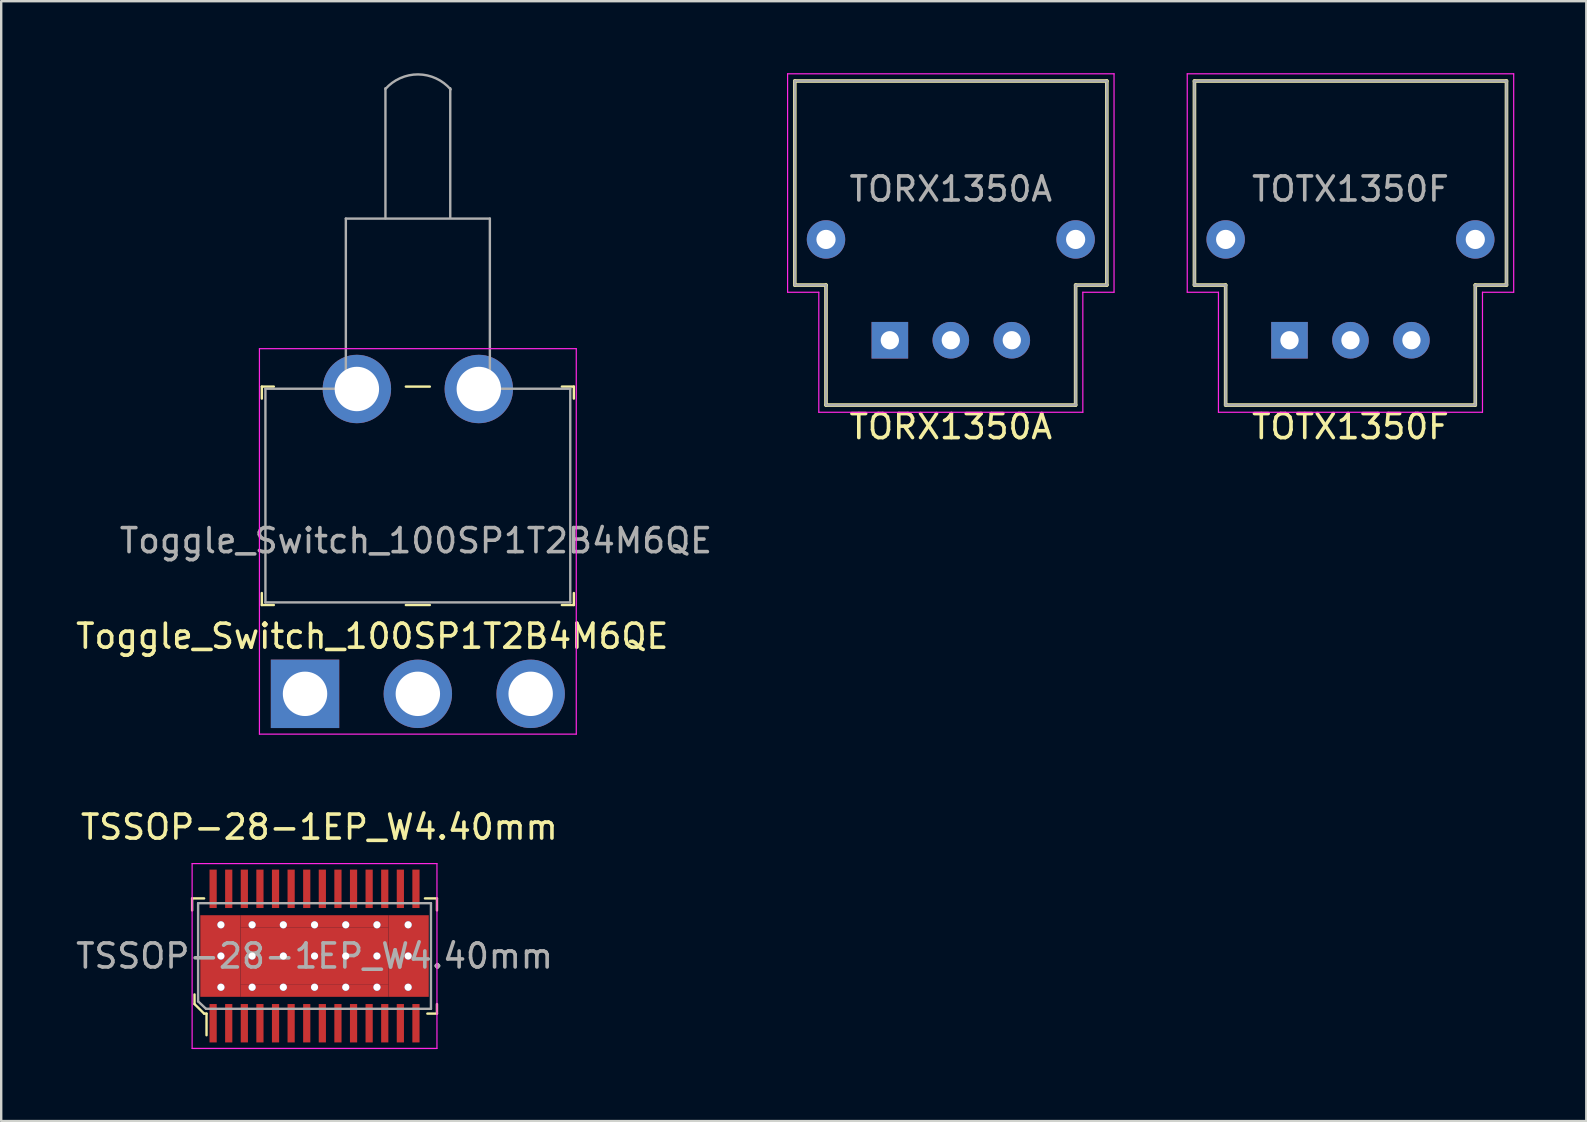
<source format=kicad_pcb>
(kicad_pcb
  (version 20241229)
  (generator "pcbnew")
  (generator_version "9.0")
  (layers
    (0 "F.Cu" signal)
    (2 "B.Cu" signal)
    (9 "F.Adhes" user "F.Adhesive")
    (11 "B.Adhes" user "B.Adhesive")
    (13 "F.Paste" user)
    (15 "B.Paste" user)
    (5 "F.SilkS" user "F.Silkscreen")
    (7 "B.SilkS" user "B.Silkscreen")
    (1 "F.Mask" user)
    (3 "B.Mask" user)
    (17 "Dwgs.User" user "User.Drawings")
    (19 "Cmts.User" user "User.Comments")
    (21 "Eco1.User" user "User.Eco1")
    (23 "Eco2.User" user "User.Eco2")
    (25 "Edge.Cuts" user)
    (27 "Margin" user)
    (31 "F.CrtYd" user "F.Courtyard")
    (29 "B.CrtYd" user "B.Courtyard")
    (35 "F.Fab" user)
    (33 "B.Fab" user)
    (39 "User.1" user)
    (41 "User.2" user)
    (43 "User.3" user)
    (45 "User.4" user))
  (footprint "TSSOP-28-1EP_W4.40mm"
    (layer "F.Cu")
    (at 10.054 36.779)
    (property "Reference" "TSSOP-28-1EP_W4.40mm" (at 0.2 -5.37 0) (layer "F.SilkS") (effects (font (size 1 1) (thickness 0.15))))
    (attr smd)
    (fp_line (start -5.1 -2.4) (end -5.1 -1.9) (stroke (width 0.1) (type solid)) (layer "F.SilkS"))
    (fp_line (start -5 1.6) (end -5 2) (stroke (width 0.1) (type solid)) (layer "F.SilkS"))
    (fp_line (start -5 2) (end -4.6 2.4) (stroke (width 0.1) (type solid)) (layer "F.SilkS"))
    (fp_line (start -4.6 -2.4) (end -5.1 -2.4) (stroke (width 0.1) (type solid)) (layer "F.SilkS"))
    (fp_line (start -4.6 2.4) (end -4.5 2.4) (stroke (width 0.1) (type solid)) (layer "F.SilkS"))
    (fp_line (start -4.5 2.4) (end -4.5 3.3) (stroke (width 0.1) (type solid)) (layer "F.SilkS"))
    (fp_line (start 4.6 -2.4) (end 5.1 -2.4) (stroke (width 0.1) (type solid)) (layer "F.SilkS"))
    (fp_line (start 5.1 -2.4) (end 5.1 -1.9) (stroke (width 0.1) (type solid)) (layer "F.SilkS"))
    (fp_line (start 5.1 2) (end 5.1 2.4) (stroke (width 0.1) (type solid)) (layer "F.SilkS"))
    (fp_line (start 5.1 2.4) (end 4.7 2.4) (stroke (width 0.1) (type solid)) (layer "F.SilkS"))
    (fp_line (start -5.1 -3.85) (end -5.1 3.85) (stroke (width 0.05) (type solid)) (layer "F.CrtYd"))
    (fp_line (start -5.1 -3.85) (end 5.1 -3.85) (stroke (width 0.05) (type solid)) (layer "F.CrtYd"))
    (fp_line (start -5.1 3.85) (end 5.1 3.85) (stroke (width 0.05) (type solid)) (layer "F.CrtYd"))
    (fp_line (start 5.1 -3.85) (end 5.1 3.85) (stroke (width 0.05) (type solid)) (layer "F.CrtYd"))
    (fp_line (start -4.85 -2.2) (end 4.85 -2.2) (stroke (width 0.1) (type solid)) (layer "F.Fab"))
    (fp_line (start -4.85 1.89) (end -4.85 -2.2) (stroke (width 0.1) (type solid)) (layer "F.Fab"))
    (fp_line (start -4.85 1.89) (end -4.52 2.2) (stroke (width 0.1) (type solid)) (layer "F.Fab"))
    (fp_line (start -4.52 2.2) (end 4.85 2.2) (stroke (width 0.1) (type solid)) (layer "F.Fab"))
    (fp_line (start 4.85 -2.2) (end 4.85 2.2) (stroke (width 0.1) (type solid)) (layer "F.Fab"))
    (fp_text user "${REFERENCE}" (at 0 0 0) (layer "F.Fab") (effects (font (size 1 1) (thickness 0.15))))
    (pad "1" smd rect (at -4.225 2.8) (size 0.3 1.6) (layers "F.Cu" "F.Mask" "F.Paste"))
    (pad "2" smd rect (at -3.575 2.8) (size 0.3 1.6) (layers "F.Cu" "F.Mask" "F.Paste"))
    (pad "3" smd rect (at -2.925 2.8) (size 0.3 1.6) (layers "F.Cu" "F.Mask" "F.Paste"))
    (pad "4" smd rect (at -2.275 2.8) (size 0.3 1.6) (layers "F.Cu" "F.Mask" "F.Paste"))
    (pad "5" smd rect (at -1.625 2.8) (size 0.3 1.6) (layers "F.Cu" "F.Mask" "F.Paste"))
    (pad "6" smd rect (at -0.975 2.8) (size 0.3 1.6) (layers "F.Cu" "F.Mask" "F.Paste"))
    (pad "7" smd rect (at -0.325 2.8) (size 0.3 1.6) (layers "F.Cu" "F.Mask" "F.Paste"))
    (pad "8" smd rect (at 0.325 2.8) (size 0.3 1.6) (layers "F.Cu" "F.Mask" "F.Paste"))
    (pad "9" smd rect (at 0.975 2.8) (size 0.3 1.6) (layers "F.Cu" "F.Mask" "F.Paste"))
    (pad "10" smd rect (at 1.625 2.8) (size 0.3 1.6) (layers "F.Cu" "F.Mask" "F.Paste"))
    (pad "11" smd rect (at 2.275 2.8) (size 0.3 1.6) (layers "F.Cu" "F.Mask" "F.Paste"))
    (pad "12" smd rect (at 2.925 2.8) (size 0.3 1.6) (layers "F.Cu" "F.Mask" "F.Paste"))
    (pad "13" smd rect (at 3.575 2.8) (size 0.3 1.6) (layers "F.Cu" "F.Mask" "F.Paste"))
    (pad "14" smd rect (at 4.225 2.8) (size 0.3 1.6) (layers "F.Cu" "F.Mask" "F.Paste"))
    (pad "15" smd rect (at 4.225 -2.8) (size 0.3 1.6) (layers "F.Cu" "F.Mask" "F.Paste"))
    (pad "16" smd rect (at 3.575 -2.8) (size 0.3 1.6) (layers "F.Cu" "F.Mask" "F.Paste"))
    (pad "17" smd rect (at 2.925 -2.8) (size 0.3 1.6) (layers "F.Cu" "F.Mask" "F.Paste"))
    (pad "18" smd rect (at 2.275 -2.8) (size 0.3 1.6) (layers "F.Cu" "F.Mask" "F.Paste"))
    (pad "19" smd rect (at 1.625 -2.8) (size 0.3 1.6) (layers "F.Cu" "F.Mask" "F.Paste"))
    (pad "20" smd rect (at 0.975 -2.8) (size 0.3 1.6) (layers "F.Cu" "F.Mask" "F.Paste"))
    (pad "21" smd rect (at 0.325 -2.8) (size 0.3 1.6) (layers "F.Cu" "F.Mask" "F.Paste"))
    (pad "22" smd rect (at -0.325 -2.8) (size 0.3 1.6) (layers "F.Cu" "F.Mask" "F.Paste"))
    (pad "23" smd rect (at -0.975 -2.8) (size 0.3 1.6) (layers "F.Cu" "F.Mask" "F.Paste"))
    (pad "24" smd rect (at -1.625 -2.8) (size 0.3 1.6) (layers "F.Cu" "F.Mask" "F.Paste"))
    (pad "25" smd rect (at -2.275 -2.8) (size 0.3 1.6) (layers "F.Cu" "F.Mask" "F.Paste"))
    (pad "26" smd rect (at -2.925 -2.8) (size 0.3 1.6) (layers "F.Cu" "F.Mask" "F.Paste"))
    (pad "27" smd rect (at -3.575 -2.8) (size 0.3 1.6) (layers "F.Cu" "F.Mask" "F.Paste"))
    (pad "28" smd rect (at -4.225 -2.8) (size 0.3 1.6) (layers "F.Cu" "F.Mask" "F.Paste"))
    (pad "29" smd rect (at -3.922 0) (size 1.675 3.4) (layers "F.Cu" "F.Mask" "F.Paste"))
    (pad "29" thru_hole circle (at -3.9 -1.3) (size 0.3 0.3) (drill 0.3) (layers "*.Cu" "*.Mask"))
    (pad "29" thru_hole circle (at -3.9 0) (size 0.3 0.3) (drill 0.3) (layers "*.Cu" "*.Mask"))
    (pad "29" thru_hole circle (at -3.9 1.3) (size 0.3 0.3) (drill 0.3) (layers "*.Cu" "*.Mask"))
    (pad "29" thru_hole circle (at -2.6 -1.3) (size 0.3 0.3) (drill 0.3) (layers "*.Cu" "*.Mask"))
    (pad "29" thru_hole circle (at -2.6 0) (size 0.3 0.3) (drill 0.3) (layers "*.Cu" "*.Mask"))
    (pad "29" thru_hole circle (at -2.6 1.3) (size 0.3 0.3) (drill 0.3) (layers "*.Cu" "*.Mask"))
    (pad "29" thru_hole circle (at -1.3 -1.3) (size 0.3 0.3) (drill 0.3) (layers "*.Cu" "*.Mask"))
    (pad "29" thru_hole circle (at -1.3 0) (size 0.3 0.3) (drill 0.3) (layers "*.Cu" "*.Mask"))
    (pad "29" thru_hole circle (at -1.3 1.3) (size 0.3 0.3) (drill 0.3) (layers "*.Cu" "*.Mask"))
    (pad "29" smd rect (at 0 -1.45) (size 6.17 0.5) (layers "F.Cu" "F.Mask" "F.Paste"))
    (pad "29" thru_hole circle (at 0 -1.3) (size 0.3 0.3) (drill 0.3) (layers "*.Cu" "*.Mask"))
    (pad "29" thru_hole circle (at 0 0) (size 0.3 0.3) (drill 0.3) (layers "*.Cu" "*.Mask"))
    (pad "29" smd rect (at 0 0) (size 6.17 2.4) (layers "F.Cu" "F.Mask" "F.Paste"))
    (pad "29" thru_hole circle (at 0 1.3) (size 0.3 0.3) (drill 0.3) (layers "*.Cu" "*.Mask"))
    (pad "29" smd rect (at 0 1.45) (size 6.17 0.5) (layers "F.Cu" "F.Mask" "F.Paste"))
    (pad "29" thru_hole circle (at 1.3 -1.3) (size 0.3 0.3) (drill 0.3) (layers "*.Cu" "*.Mask"))
    (pad "29" thru_hole circle (at 1.3 0) (size 0.3 0.3) (drill 0.3) (layers "*.Cu" "*.Mask"))
    (pad "29" thru_hole circle (at 1.3 1.3) (size 0.3 0.3) (drill 0.3) (layers "*.Cu" "*.Mask"))
    (pad "29" thru_hole circle (at 2.6 -1.3) (size 0.3 0.3) (drill 0.3) (layers "*.Cu" "*.Mask"))
    (pad "29" thru_hole circle (at 2.6 0) (size 0.3 0.3) (drill 0.3) (layers "*.Cu" "*.Mask"))
    (pad "29" thru_hole circle (at 2.6 1.3) (size 0.3 0.3) (drill 0.3) (layers "*.Cu" "*.Mask"))
    (pad "29" thru_hole circle (at 3.9 -1.3) (size 0.3 0.3) (drill 0.3) (layers "*.Cu" "*.Mask"))
    (pad "29" thru_hole circle (at 3.9 0) (size 0.3 0.3) (drill 0.3) (layers "*.Cu" "*.Mask"))
    (pad "29" thru_hole circle (at 3.9 1.3) (size 0.3 0.3) (drill 0.3) (layers "*.Cu" "*.Mask"))
    (pad "29" smd rect (at 3.922 0) (size 1.675 3.4) (layers "F.Cu" "F.Mask" "F.Paste")))
  (footprint "Toggle_Switch_100SP1T2B4M6QE"
    (layer "F.Cu")
    (at 9.658 25.856)
    (property "Reference" "Toggle_Switch_100SP1T2B4M6QE" (at 2.8 -2.4 180) (layer "F.SilkS") (effects (font (size 1 1) (thickness 0.15))))
    (attr through_hole)
    (fp_line (start -1.8 -12.8) (end -1.8 -12.3) (stroke (width 0.1) (type solid)) (layer "F.SilkS"))
    (fp_line (start -1.8 -12.8) (end -1.3 -12.8) (stroke (width 0.1) (type solid)) (layer "F.SilkS"))
    (fp_line (start -1.8 -3.7) (end -1.8 -4.2) (stroke (width 0.1) (type solid)) (layer "F.SilkS"))
    (fp_line (start -1.8 -3.7) (end -1.3 -3.7) (stroke (width 0.1) (type solid)) (layer "F.SilkS"))
    (fp_line (start 4.2 -12.8) (end 5.2 -12.8) (stroke (width 0.1) (type solid)) (layer "F.SilkS"))
    (fp_line (start 5.2 -3.7) (end 4.2 -3.7) (stroke (width 0.1) (type solid)) (layer "F.SilkS"))
    (fp_line (start 11.2 -12.8) (end 10.7 -12.8) (stroke (width 0.1) (type solid)) (layer "F.SilkS"))
    (fp_line (start 11.2 -12.8) (end 11.2 -12.3) (stroke (width 0.1) (type solid)) (layer "F.SilkS"))
    (fp_line (start 11.2 -3.7) (end 10.7 -3.7) (stroke (width 0.1) (type solid)) (layer "F.SilkS"))
    (fp_line (start 11.2 -3.7) (end 11.2 -4.2) (stroke (width 0.1) (type solid)) (layer "F.SilkS"))
    (fp_line (start -1.9 -14.38) (end 11.3 -14.38) (stroke (width 0.05) (type solid)) (layer "F.CrtYd"))
    (fp_line (start -1.9 1.68) (end -1.9 -14.38) (stroke (width 0.05) (type solid)) (layer "F.CrtYd"))
    (fp_line (start 11.3 1.68) (end -1.9 1.68) (stroke (width 0.05) (type solid)) (layer "F.CrtYd"))
    (fp_line (start 11.3 1.68) (end 11.3 -14.38) (stroke (width 0.05) (type solid)) (layer "F.CrtYd"))
    (fp_line (start -1.65 -12.71) (end -1.65 -3.81) (stroke (width 0.1) (type solid)) (layer "F.Fab"))
    (fp_line (start -1.65 -12.71) (end 1.7 -12.71) (stroke (width 0.1) (type solid)) (layer "F.Fab"))
    (fp_line (start -1.65 -3.81) (end 11.05 -3.81) (stroke (width 0.1) (type solid)) (layer "F.Fab"))
    (fp_line (start 1.7 -19.8) (end 1.7 -12.71) (stroke (width 0.1) (type solid)) (layer "F.Fab"))
    (fp_line (start 1.7 -19.8) (end 7.7 -19.8) (stroke (width 0.1) (type solid)) (layer "F.Fab"))
    (fp_line (start 3.35 -19.81) (end 3.35 -25.23) (stroke (width 0.1) (type solid)) (layer "F.Fab"))
    (fp_line (start 6.05 -19.84) (end 6.05 -25.23) (stroke (width 0.1) (type solid)) (layer "F.Fab"))
    (fp_line (start 7.7 -12.71) (end 7.7 -19.8) (stroke (width 0.1) (type solid)) (layer "F.Fab"))
    (fp_line (start 11.05 -12.71) (end 7.7 -12.71) (stroke (width 0.1) (type solid)) (layer "F.Fab"))
    (fp_line (start 11.05 -12.71) (end 11.05 -3.81) (stroke (width 0.1) (type solid)) (layer "F.Fab"))
    (fp_arc (start 3.35 -25.2) (mid 4.712091 -25.806199) (end 6.065944 -25.181819) (stroke (width 0.1) (type solid)) (layer "F.Fab"))
    (fp_text user "${REFERENCE}" (at 4.62 -6.38 0) (layer "F.Fab") (effects (font (size 1 1) (thickness 0.15))))
    (pad "1" thru_hole rect (at 0 0) (size 2.85 2.85) (drill 1.85) (layers "*.Cu" "*.Mask"))
    (pad "2" thru_hole circle (at 4.7 0) (size 2.85 2.85) (drill 1.85) (layers "*.Cu" "*.Mask"))
    (pad "3" thru_hole circle (at 9.4 0) (size 2.85 2.85) (drill 1.85) (layers "*.Cu" "*.Mask"))
    (pad "4" thru_hole circle (at 2.16 -12.7) (size 2.85 2.85) (drill 1.85) (layers "*.Cu" "*.Mask"))
    (pad "4" thru_hole circle (at 7.24 -12.7) (size 2.85 2.85) (drill 1.85) (layers "*.Cu" "*.Mask")))
  (footprint "TORX1350A"
    (layer "F.Cu")
    (at 34.022 11.125)
    (property "Reference" "TORX1350A" (at 2.54 3.6 0) (layer "F.SilkS") (effects (font (size 1 1) (thickness 0.15))))
    (attr through_hole)
    (fp_line (start -3.96 -10.8) (end 9.04 -10.8) (stroke (width 0.15) (type solid)) (layer "F.SilkS"))
    (fp_line (start -3.96 -2.3) (end -3.96 -10.8) (stroke (width 0.15) (type solid)) (layer "F.SilkS"))
    (fp_line (start -2.66 -2.3) (end -3.96 -2.3) (stroke (width 0.15) (type solid)) (layer "F.SilkS"))
    (fp_line (start -2.66 2.7) (end -2.66 -2.3) (stroke (width 0.15) (type solid)) (layer "F.SilkS"))
    (fp_line (start 7.74 -2.3) (end 7.74 2.7) (stroke (width 0.15) (type solid)) (layer "F.SilkS"))
    (fp_line (start 7.74 2.7) (end -2.66 2.7) (stroke (width 0.15) (type solid)) (layer "F.SilkS"))
    (fp_line (start 9.04 -10.8) (end 9.04 -2.3) (stroke (width 0.15) (type solid)) (layer "F.SilkS"))
    (fp_line (start 9.04 -2.3) (end 7.74 -2.3) (stroke (width 0.15) (type solid)) (layer "F.SilkS"))
    (fp_line (start -4.26 -11.1) (end -4.26 -2) (stroke (width 0.05) (type solid)) (layer "F.CrtYd"))
    (fp_line (start -4.26 -2) (end -2.96 -2) (stroke (width 0.05) (type solid)) (layer "F.CrtYd"))
    (fp_line (start -2.96 -2) (end -2.96 3) (stroke (width 0.05) (type solid)) (layer "F.CrtYd"))
    (fp_line (start -2.96 3) (end 8.04 3) (stroke (width 0.05) (type solid)) (layer "F.CrtYd"))
    (fp_line (start 8.04 -2) (end 9.34 -2) (stroke (width 0.05) (type solid)) (layer "F.CrtYd"))
    (fp_line (start 8.04 3) (end 8.04 -2) (stroke (width 0.05) (type solid)) (layer "F.CrtYd"))
    (fp_line (start 9.34 -11.1) (end -4.26 -11.1) (stroke (width 0.05) (type solid)) (layer "F.CrtYd"))
    (fp_line (start 9.34 -2) (end 9.34 -11.1) (stroke (width 0.05) (type solid)) (layer "F.CrtYd"))
    (fp_line (start -3.96 -10.8) (end 9.04 -10.8) (stroke (width 0.1) (type solid)) (layer "F.Fab"))
    (fp_line (start -3.96 -2.3) (end -3.96 -10.8) (stroke (width 0.1) (type solid)) (layer "F.Fab"))
    (fp_line (start -2.66 -2.3) (end -3.96 -2.3) (stroke (width 0.1) (type solid)) (layer "F.Fab"))
    (fp_line (start -2.66 2.7) (end -2.66 -2.3) (stroke (width 0.1) (type solid)) (layer "F.Fab"))
    (fp_line (start 7.74 -2.3) (end 7.74 2.7) (stroke (width 0.1) (type solid)) (layer "F.Fab"))
    (fp_line (start 7.74 2.7) (end -2.66 2.7) (stroke (width 0.1) (type solid)) (layer "F.Fab"))
    (fp_line (start 9.04 -10.8) (end 9.04 -2.3) (stroke (width 0.1) (type solid)) (layer "F.Fab"))
    (fp_line (start 9.04 -2.3) (end 7.74 -2.3) (stroke (width 0.1) (type solid)) (layer "F.Fab"))
    (fp_text user "${REFERENCE}" (at 2.54 -6.3 0) (layer "F.Fab") (effects (font (size 1 1) (thickness 0.15))))
    (pad "1" thru_hole rect (at 0 0) (size 1.524 1.524) (drill 0.762) (layers "*.Cu" "*.Mask"))
    (pad "2" thru_hole circle (at 2.54 0) (size 1.524 1.524) (drill 0.762) (layers "*.Cu" "*.Mask"))
    (pad "3" thru_hole circle (at 5.08 0) (size 1.524 1.524) (drill 0.762) (layers "*.Cu" "*.Mask"))
    (pad "4" thru_hole circle (at 7.74 -4.2) (size 1.6 1.6) (drill 0.8) (layers "*.Cu" "*.Mask"))
    (pad "5" thru_hole circle (at -2.66 -4.2) (size 1.6 1.6) (drill 0.8) (layers "*.Cu" "*.Mask")))
  (footprint "TOTX1350F"
    (layer "F.Cu")
    (at 50.672 11.125)
    (property "Reference" "TOTX1350F" (at 2.54 3.6 0) (layer "F.SilkS") (effects (font (size 1 1) (thickness 0.15))))
    (attr through_hole)
    (fp_line (start -3.96 -10.8) (end 9.04 -10.8) (stroke (width 0.15) (type solid)) (layer "F.SilkS"))
    (fp_line (start -3.96 -2.3) (end -3.96 -10.8) (stroke (width 0.15) (type solid)) (layer "F.SilkS"))
    (fp_line (start -2.66 -2.3) (end -3.96 -2.3) (stroke (width 0.15) (type solid)) (layer "F.SilkS"))
    (fp_line (start -2.66 2.7) (end -2.66 -2.3) (stroke (width 0.15) (type solid)) (layer "F.SilkS"))
    (fp_line (start 7.74 -2.3) (end 7.74 2.7) (stroke (width 0.15) (type solid)) (layer "F.SilkS"))
    (fp_line (start 7.74 2.7) (end -2.66 2.7) (stroke (width 0.15) (type solid)) (layer "F.SilkS"))
    (fp_line (start 9.04 -10.8) (end 9.04 -2.3) (stroke (width 0.15) (type solid)) (layer "F.SilkS"))
    (fp_line (start 9.04 -2.3) (end 7.74 -2.3) (stroke (width 0.15) (type solid)) (layer "F.SilkS"))
    (fp_line (start -4.26 -11.1) (end -4.26 -2) (stroke (width 0.05) (type solid)) (layer "F.CrtYd"))
    (fp_line (start -4.26 -2) (end -2.96 -2) (stroke (width 0.05) (type solid)) (layer "F.CrtYd"))
    (fp_line (start -2.96 -2) (end -2.96 3) (stroke (width 0.05) (type solid)) (layer "F.CrtYd"))
    (fp_line (start -2.96 3) (end 8.04 3) (stroke (width 0.05) (type solid)) (layer "F.CrtYd"))
    (fp_line (start 8.04 -2) (end 9.34 -2) (stroke (width 0.05) (type solid)) (layer "F.CrtYd"))
    (fp_line (start 8.04 3) (end 8.04 -2) (stroke (width 0.05) (type solid)) (layer "F.CrtYd"))
    (fp_line (start 9.34 -11.1) (end -4.26 -11.1) (stroke (width 0.05) (type solid)) (layer "F.CrtYd"))
    (fp_line (start 9.34 -2) (end 9.34 -11.1) (stroke (width 0.05) (type solid)) (layer "F.CrtYd"))
    (fp_line (start -3.96 -10.8) (end 9.04 -10.8) (stroke (width 0.1) (type solid)) (layer "F.Fab"))
    (fp_line (start -3.96 -2.3) (end -3.96 -10.8) (stroke (width 0.1) (type solid)) (layer "F.Fab"))
    (fp_line (start -2.66 -2.3) (end -3.96 -2.3) (stroke (width 0.1) (type solid)) (layer "F.Fab"))
    (fp_line (start -2.66 2.7) (end -2.66 -2.3) (stroke (width 0.1) (type solid)) (layer "F.Fab"))
    (fp_line (start 7.74 -2.3) (end 7.74 2.7) (stroke (width 0.1) (type solid)) (layer "F.Fab"))
    (fp_line (start 7.74 2.7) (end -2.66 2.7) (stroke (width 0.1) (type solid)) (layer "F.Fab"))
    (fp_line (start 9.04 -10.8) (end 9.04 -2.3) (stroke (width 0.1) (type solid)) (layer "F.Fab"))
    (fp_line (start 9.04 -2.3) (end 7.74 -2.3) (stroke (width 0.1) (type solid)) (layer "F.Fab"))
    (fp_text user "${REFERENCE}" (at 2.54 -6.3 0) (layer "F.Fab") (effects (font (size 1 1) (thickness 0.15))))
    (pad "1" thru_hole rect (at 0 0) (size 1.524 1.524) (drill 0.762) (layers "*.Cu" "*.Mask"))
    (pad "2" thru_hole circle (at 2.54 0) (size 1.524 1.524) (drill 0.762) (layers "*.Cu" "*.Mask"))
    (pad "3" thru_hole circle (at 5.08 0) (size 1.524 1.524) (drill 0.762) (layers "*.Cu" "*.Mask"))
    (pad "4" thru_hole circle (at 7.74 -4.2) (size 1.6 1.6) (drill 0.8) (layers "*.Cu" "*.Mask"))
    (pad "5" thru_hole circle (at -2.66 -4.2) (size 1.6 1.6) (drill 0.8) (layers "*.Cu" "*.Mask")))
  (gr_rect
    (start -3 -3)
    (end 63.037 43.654)
    (stroke (width 0.1) (type default))
    (fill no)
    (layer "Edge.Cuts")))
</source>
